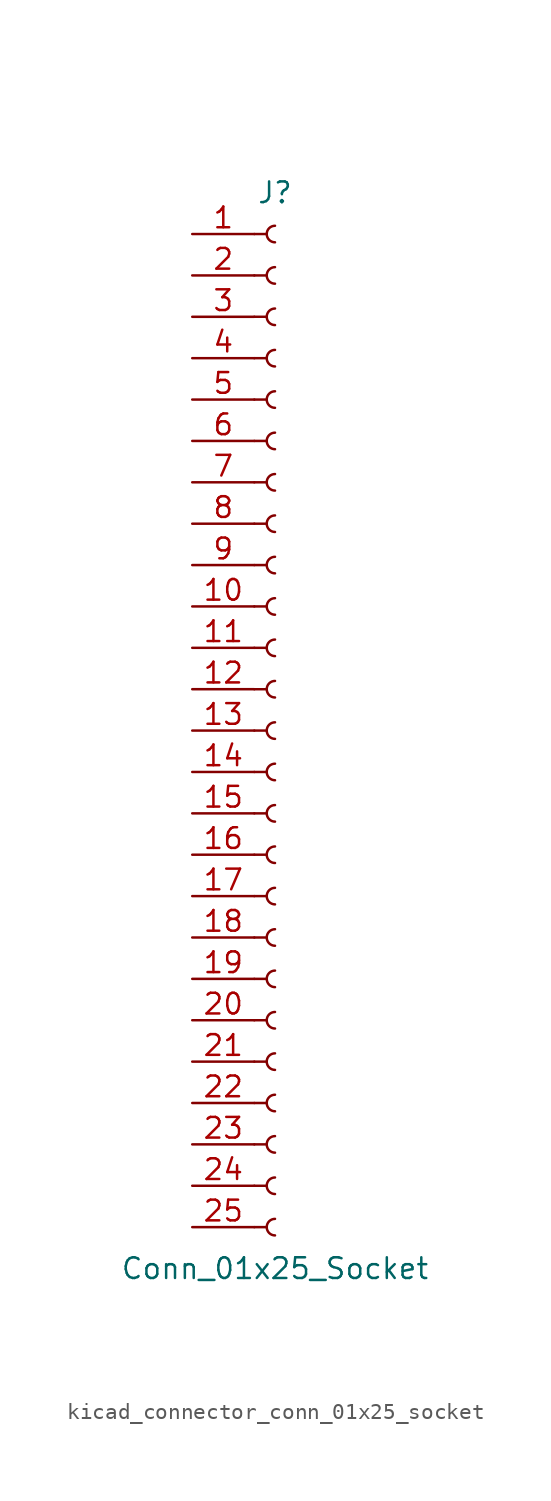
<source format=kicad_sym>
(kicad_symbol_lib
  (version 20220914)
  (generator kicad_symbol_editor)
  (symbol "kicad_connector_conn_01x25_socket"
    (pin_names
      (offset 1.016) hide)
    (property "Reference" "J"
      (at 0 33.02 0)
      (effects (font (size 1.27 1.27))))
    (property "Value" "Conn_01x25_Socket"
      (at 0 -33.02 0)
      (effects (font (size 1.27 1.27))))
    (property "ki_locked" ""
      (at 0 0 0)
      (effects (font (size 1.27 1.27))))
    (symbol "kicad_connector_conn_01x25_socket_1_1"
      (arc (start 0 -29.972) (mid -0.5058 -30.48) (end 0 -30.988) (stroke (width 0.1524) (type default)) (fill (type none)))
      (arc (start 0 -27.432) (mid -0.5058 -27.94) (end 0 -28.448) (stroke (width 0.1524) (type default)) (fill (type none)))
      (arc (start 0 -24.892) (mid -0.5058 -25.4) (end 0 -25.908) (stroke (width 0.1524) (type default)) (fill (type none)))
      (arc (start 0 -22.352) (mid -0.5058 -22.86) (end 0 -23.368) (stroke (width 0.1524) (type default)) (fill (type none)))
      (arc (start 0 -19.812) (mid -0.5058 -20.32) (end 0 -20.828) (stroke (width 0.1524) (type default)) (fill (type none)))
      (arc (start 0 -17.272) (mid -0.5058 -17.78) (end 0 -18.288) (stroke (width 0.1524) (type default)) (fill (type none)))
      (arc (start 0 -14.732) (mid -0.5058 -15.24) (end 0 -15.748) (stroke (width 0.1524) (type default)) (fill (type none)))
      (arc (start 0 -12.192) (mid -0.5058 -12.7) (end 0 -13.208) (stroke (width 0.1524) (type default)) (fill (type none)))
      (arc (start 0 -9.652) (mid -0.5058 -10.16) (end 0 -10.668) (stroke (width 0.1524) (type default)) (fill (type none)))
      (arc (start 0 -7.112) (mid -0.5058 -7.62) (end 0 -8.128) (stroke (width 0.1524) (type default)) (fill (type none)))
      (arc (start 0 -4.572) (mid -0.5058 -5.08) (end 0 -5.588) (stroke (width 0.1524) (type default)) (fill (type none)))
      (arc (start 0 -2.032) (mid -0.5058 -2.54) (end 0 -3.048) (stroke (width 0.1524) (type default)) (fill (type none)))
      (polyline (pts (xy -1.27 -30.48) (xy -0.508 -30.48)) (stroke (width 0.152) (type default)) (fill (type none)))
      (polyline (pts (xy -1.27 -27.94) (xy -0.508 -27.94)) (stroke (width 0.152) (type default)) (fill (type none)))
      (polyline (pts (xy -1.27 -25.4) (xy -0.508 -25.4)) (stroke (width 0.152) (type default)) (fill (type none)))
      (polyline (pts (xy -1.27 -22.86) (xy -0.508 -22.86)) (stroke (width 0.152) (type default)) (fill (type none)))
      (polyline (pts (xy -1.27 -20.32) (xy -0.508 -20.32)) (stroke (width 0.152) (type default)) (fill (type none)))
      (polyline (pts (xy -1.27 -17.78) (xy -0.508 -17.78)) (stroke (width 0.152) (type default)) (fill (type none)))
      (polyline (pts (xy -1.27 -15.24) (xy -0.508 -15.24)) (stroke (width 0.152) (type default)) (fill (type none)))
      (polyline (pts (xy -1.27 -12.7) (xy -0.508 -12.7)) (stroke (width 0.152) (type default)) (fill (type none)))
      (polyline (pts (xy -1.27 -10.16) (xy -0.508 -10.16)) (stroke (width 0.152) (type default)) (fill (type none)))
      (polyline (pts (xy -1.27 -7.62) (xy -0.508 -7.62)) (stroke (width 0.152) (type default)) (fill (type none)))
      (polyline (pts (xy -1.27 -5.08) (xy -0.508 -5.08)) (stroke (width 0.152) (type default)) (fill (type none)))
      (polyline (pts (xy -1.27 -2.54) (xy -0.508 -2.54)) (stroke (width 0.152) (type default)) (fill (type none)))
      (polyline (pts (xy -1.27 0) (xy -0.508 0)) (stroke (width 0.152) (type default)) (fill (type none)))
      (polyline (pts (xy -1.27 2.54) (xy -0.508 2.54)) (stroke (width 0.152) (type default)) (fill (type none)))
      (polyline (pts (xy -1.27 5.08) (xy -0.508 5.08)) (stroke (width 0.152) (type default)) (fill (type none)))
      (polyline (pts (xy -1.27 7.62) (xy -0.508 7.62)) (stroke (width 0.152) (type default)) (fill (type none)))
      (polyline (pts (xy -1.27 10.16) (xy -0.508 10.16)) (stroke (width 0.152) (type default)) (fill (type none)))
      (polyline (pts (xy -1.27 12.7) (xy -0.508 12.7)) (stroke (width 0.152) (type default)) (fill (type none)))
      (polyline (pts (xy -1.27 15.24) (xy -0.508 15.24)) (stroke (width 0.152) (type default)) (fill (type none)))
      (polyline (pts (xy -1.27 17.78) (xy -0.508 17.78)) (stroke (width 0.152) (type default)) (fill (type none)))
      (polyline (pts (xy -1.27 20.32) (xy -0.508 20.32)) (stroke (width 0.152) (type default)) (fill (type none)))
      (polyline (pts (xy -1.27 22.86) (xy -0.508 22.86)) (stroke (width 0.152) (type default)) (fill (type none)))
      (polyline (pts (xy -1.27 25.4) (xy -0.508 25.4)) (stroke (width 0.152) (type default)) (fill (type none)))
      (polyline (pts (xy -1.27 27.94) (xy -0.508 27.94)) (stroke (width 0.152) (type default)) (fill (type none)))
      (polyline (pts (xy -1.27 30.48) (xy -0.508 30.48)) (stroke (width 0.152) (type default)) (fill (type none)))
      (arc (start 0 0.508) (mid -0.5058 0) (end 0 -0.508) (stroke (width 0.1524) (type default)) (fill (type none)))
      (arc (start 0 3.048) (mid -0.5058 2.54) (end 0 2.032) (stroke (width 0.1524) (type default)) (fill (type none)))
      (arc (start 0 5.588) (mid -0.5058 5.08) (end 0 4.572) (stroke (width 0.1524) (type default)) (fill (type none)))
      (arc (start 0 8.128) (mid -0.5058 7.62) (end 0 7.112) (stroke (width 0.1524) (type default)) (fill (type none)))
      (arc (start 0 10.668) (mid -0.5058 10.16) (end 0 9.652) (stroke (width 0.1524) (type default)) (fill (type none)))
      (arc (start 0 13.208) (mid -0.5058 12.7) (end 0 12.192) (stroke (width 0.1524) (type default)) (fill (type none)))
      (arc (start 0 15.748) (mid -0.5058 15.24) (end 0 14.732) (stroke (width 0.1524) (type default)) (fill (type none)))
      (arc (start 0 18.288) (mid -0.5058 17.78) (end 0 17.272) (stroke (width 0.1524) (type default)) (fill (type none)))
      (arc (start 0 20.828) (mid -0.5058 20.32) (end 0 19.812) (stroke (width 0.1524) (type default)) (fill (type none)))
      (arc (start 0 23.368) (mid -0.5058 22.86) (end 0 22.352) (stroke (width 0.1524) (type default)) (fill (type none)))
      (arc (start 0 25.908) (mid -0.5058 25.4) (end 0 24.892) (stroke (width 0.1524) (type default)) (fill (type none)))
      (arc (start 0 28.448) (mid -0.5058 27.94) (end 0 27.432) (stroke (width 0.1524) (type default)) (fill (type none)))
      (arc (start 0 30.988) (mid -0.5058 30.48) (end 0 29.972) (stroke (width 0.1524) (type default)) (fill (type none)))
      (pin passive line (at -5.08 30.48 0) (length 3.81) (name "Pin_1" (effects (font (size 1.27 1.27)))) (number "1" (effects (font (size 1.27 1.27)))))
      (pin passive line (at -5.08 7.62 0) (length 3.81) (name "Pin_10" (effects (font (size 1.27 1.27)))) (number "10" (effects (font (size 1.27 1.27)))))
      (pin passive line (at -5.08 5.08 0) (length 3.81) (name "Pin_11" (effects (font (size 1.27 1.27)))) (number "11" (effects (font (size 1.27 1.27)))))
      (pin passive line (at -5.08 2.54 0) (length 3.81) (name "Pin_12" (effects (font (size 1.27 1.27)))) (number "12" (effects (font (size 1.27 1.27)))))
      (pin passive line (at -5.08 0 0) (length 3.81) (name "Pin_13" (effects (font (size 1.27 1.27)))) (number "13" (effects (font (size 1.27 1.27)))))
      (pin passive line (at -5.08 -2.54 0) (length 3.81) (name "Pin_14" (effects (font (size 1.27 1.27)))) (number "14" (effects (font (size 1.27 1.27)))))
      (pin passive line (at -5.08 -5.08 0) (length 3.81) (name "Pin_15" (effects (font (size 1.27 1.27)))) (number "15" (effects (font (size 1.27 1.27)))))
      (pin passive line (at -5.08 -7.62 0) (length 3.81) (name "Pin_16" (effects (font (size 1.27 1.27)))) (number "16" (effects (font (size 1.27 1.27)))))
      (pin passive line (at -5.08 -10.16 0) (length 3.81) (name "Pin_17" (effects (font (size 1.27 1.27)))) (number "17" (effects (font (size 1.27 1.27)))))
      (pin passive line (at -5.08 -12.7 0) (length 3.81) (name "Pin_18" (effects (font (size 1.27 1.27)))) (number "18" (effects (font (size 1.27 1.27)))))
      (pin passive line (at -5.08 -15.24 0) (length 3.81) (name "Pin_19" (effects (font (size 1.27 1.27)))) (number "19" (effects (font (size 1.27 1.27)))))
      (pin passive line (at -5.08 27.94 0) (length 3.81) (name "Pin_2" (effects (font (size 1.27 1.27)))) (number "2" (effects (font (size 1.27 1.27)))))
      (pin passive line (at -5.08 -17.78 0) (length 3.81) (name "Pin_20" (effects (font (size 1.27 1.27)))) (number "20" (effects (font (size 1.27 1.27)))))
      (pin passive line (at -5.08 -20.32 0) (length 3.81) (name "Pin_21" (effects (font (size 1.27 1.27)))) (number "21" (effects (font (size 1.27 1.27)))))
      (pin passive line (at -5.08 -22.86 0) (length 3.81) (name "Pin_22" (effects (font (size 1.27 1.27)))) (number "22" (effects (font (size 1.27 1.27)))))
      (pin passive line (at -5.08 -25.4 0) (length 3.81) (name "Pin_23" (effects (font (size 1.27 1.27)))) (number "23" (effects (font (size 1.27 1.27)))))
      (pin passive line (at -5.08 -27.94 0) (length 3.81) (name "Pin_24" (effects (font (size 1.27 1.27)))) (number "24" (effects (font (size 1.27 1.27)))))
      (pin passive line (at -5.08 -30.48 0) (length 3.81) (name "Pin_25" (effects (font (size 1.27 1.27)))) (number "25" (effects (font (size 1.27 1.27)))))
      (pin passive line (at -5.08 25.4 0) (length 3.81) (name "Pin_3" (effects (font (size 1.27 1.27)))) (number "3" (effects (font (size 1.27 1.27)))))
      (pin passive line (at -5.08 22.86 0) (length 3.81) (name "Pin_4" (effects (font (size 1.27 1.27)))) (number "4" (effects (font (size 1.27 1.27)))))
      (pin passive line (at -5.08 20.32 0) (length 3.81) (name "Pin_5" (effects (font (size 1.27 1.27)))) (number "5" (effects (font (size 1.27 1.27)))))
      (pin passive line (at -5.08 17.78 0) (length 3.81) (name "Pin_6" (effects (font (size 1.27 1.27)))) (number "6" (effects (font (size 1.27 1.27)))))
      (pin passive line (at -5.08 15.24 0) (length 3.81) (name "Pin_7" (effects (font (size 1.27 1.27)))) (number "7" (effects (font (size 1.27 1.27)))))
      (pin passive line (at -5.08 12.7 0) (length 3.81) (name "Pin_8" (effects (font (size 1.27 1.27)))) (number "8" (effects (font (size 1.27 1.27)))))
      (pin passive line (at -5.08 10.16 0) (length 3.81) (name "Pin_9" (effects (font (size 1.27 1.27)))) (number "9" (effects (font (size 1.27 1.27))))))))
</source>
